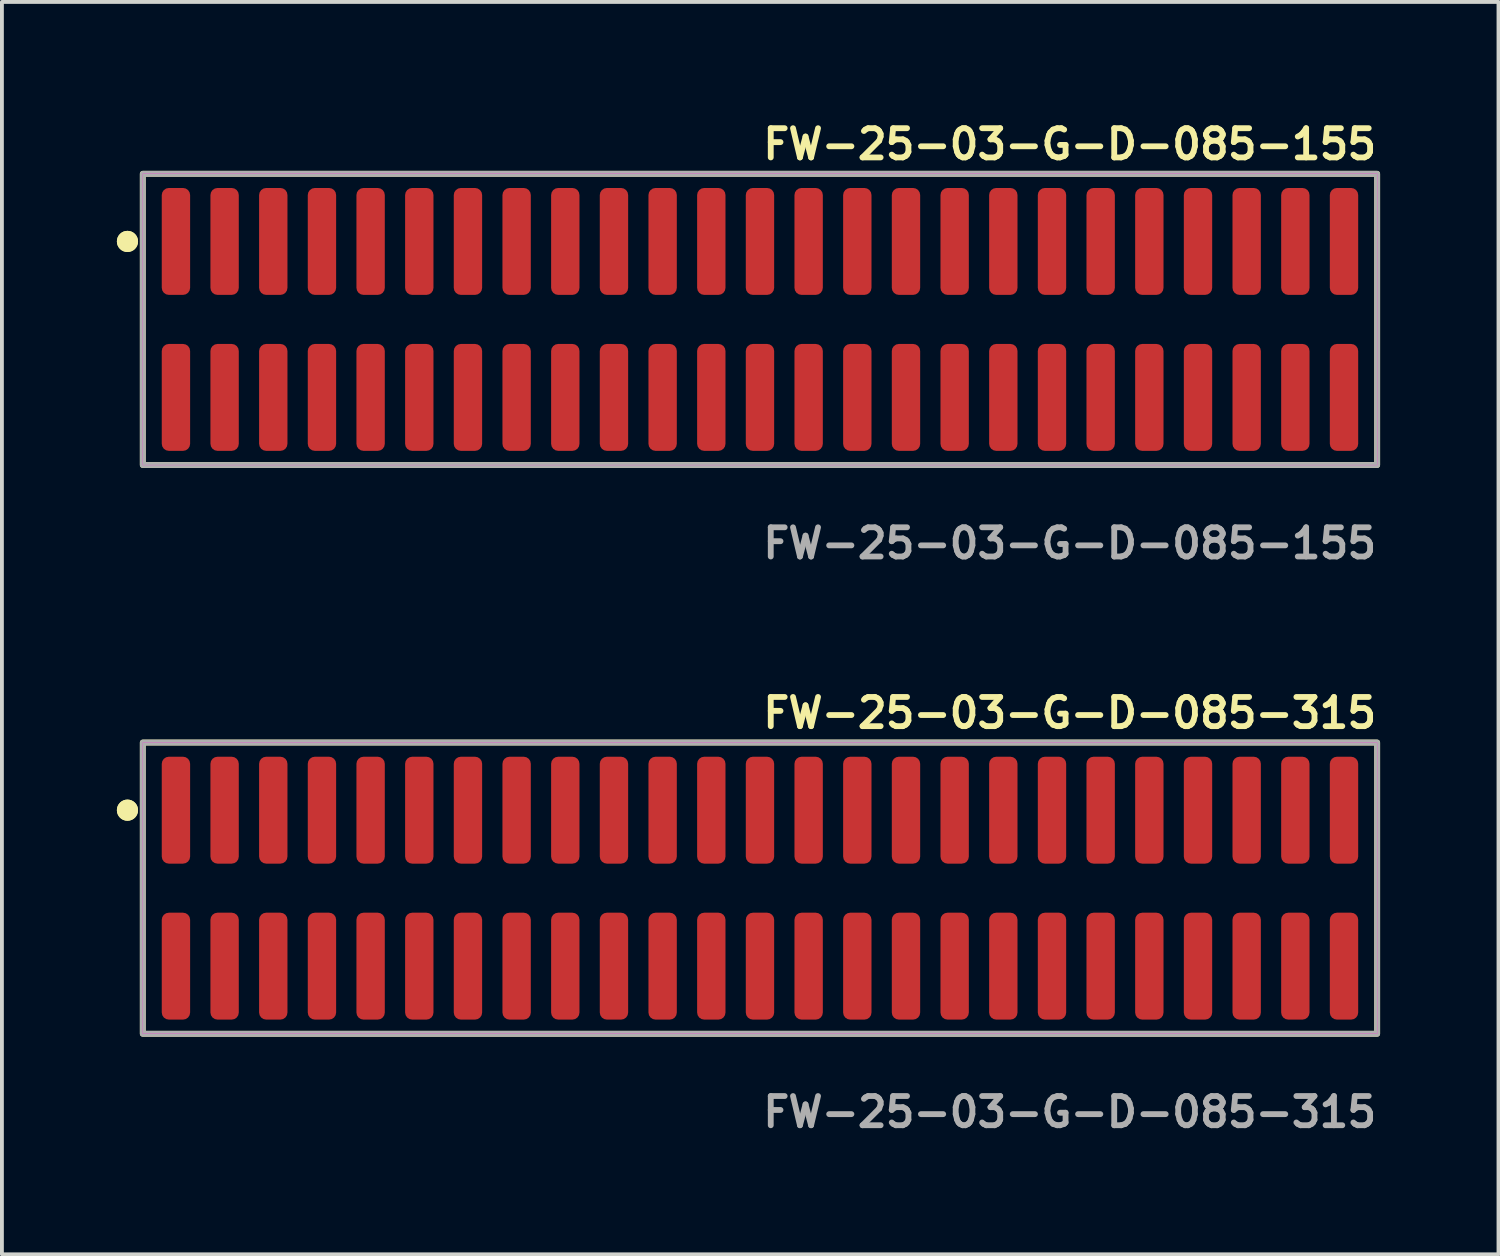
<source format=kicad_pcb>
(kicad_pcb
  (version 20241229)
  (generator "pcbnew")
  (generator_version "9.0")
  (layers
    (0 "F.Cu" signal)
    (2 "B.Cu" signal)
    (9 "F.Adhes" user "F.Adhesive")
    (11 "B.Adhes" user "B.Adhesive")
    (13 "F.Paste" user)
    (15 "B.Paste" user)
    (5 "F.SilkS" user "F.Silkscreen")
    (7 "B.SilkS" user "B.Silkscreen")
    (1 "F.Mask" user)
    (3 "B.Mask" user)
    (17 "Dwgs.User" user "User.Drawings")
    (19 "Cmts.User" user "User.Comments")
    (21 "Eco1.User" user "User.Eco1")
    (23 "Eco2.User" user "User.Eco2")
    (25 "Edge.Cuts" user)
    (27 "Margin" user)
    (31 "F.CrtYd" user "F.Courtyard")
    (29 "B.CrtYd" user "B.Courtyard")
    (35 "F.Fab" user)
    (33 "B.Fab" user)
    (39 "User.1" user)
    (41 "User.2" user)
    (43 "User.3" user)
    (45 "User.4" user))
  (footprint "FW-25-03-G-D-085-155"
    (layer "F.Cu")
    (at 16.781 5.285)
    (property "Reference" "FW-25-03-G-D-085-155" (at 0 -4.572 0) (unlocked yes) (layer "F.SilkS") (effects (font (size 0.762 0.762) (thickness 0.152)) (justify left)))
    (fp_rect (start -16.105 3.8) (end 16.105 -3.8) (stroke (width 0.152) (type solid)) (fill no) (layer "F.SilkS"))
    (fp_circle (center -16.505 -2.035) (end -16.705 -2.035) (stroke (width 0.152) (type solid)) (fill yes) (layer "F.SilkS"))
    (fp_circle (center -16.505 -2.035) (end -16.705 -2.035) (stroke (width 0.152) (type solid)) (fill yes) (layer "F.SilkS"))
    (fp_rect (start -16.105 3.8) (end 16.105 -3.8) (stroke (width 0.006) (type solid)) (fill no) (layer "F.CrtYd"))
    (fp_rect (start -16.105 3.8) (end 16.105 -3.8) (stroke (width 0.152) (type solid)) (fill no) (layer "F.Fab"))
    (fp_text user "${REFERENCE}" (at 0 5.842 0) (unlocked yes) (layer "F.Fab") (effects (font (size 0.762 0.762) (thickness 0.152)) (justify left)))
    (pad "1" smd roundrect (at -15.24 -2.035) (size 0.74 2.79) (layers "F.Cu" "F.Paste") (roundrect_rratio 0.25))
    (pad "2" smd roundrect (at -15.24 2.035) (size 0.74 2.79) (layers "F.Cu" "F.Paste") (roundrect_rratio 0.25))
    (pad "3" smd roundrect (at -13.97 -2.035) (size 0.74 2.79) (layers "F.Cu" "F.Paste") (roundrect_rratio 0.25))
    (pad "4" smd roundrect (at -13.97 2.035) (size 0.74 2.79) (layers "F.Cu" "F.Paste") (roundrect_rratio 0.25))
    (pad "5" smd roundrect (at -12.7 -2.035) (size 0.74 2.79) (layers "F.Cu" "F.Paste") (roundrect_rratio 0.25))
    (pad "6" smd roundrect (at -12.7 2.035) (size 0.74 2.79) (layers "F.Cu" "F.Paste") (roundrect_rratio 0.25))
    (pad "7" smd roundrect (at -11.43 -2.035) (size 0.74 2.79) (layers "F.Cu" "F.Paste") (roundrect_rratio 0.25))
    (pad "8" smd roundrect (at -11.43 2.035) (size 0.74 2.79) (layers "F.Cu" "F.Paste") (roundrect_rratio 0.25))
    (pad "9" smd roundrect (at -10.16 -2.035) (size 0.74 2.79) (layers "F.Cu" "F.Paste") (roundrect_rratio 0.25))
    (pad "10" smd roundrect (at -10.16 2.035) (size 0.74 2.79) (layers "F.Cu" "F.Paste") (roundrect_rratio 0.25))
    (pad "11" smd roundrect (at -8.89 -2.035) (size 0.74 2.79) (layers "F.Cu" "F.Paste") (roundrect_rratio 0.25))
    (pad "12" smd roundrect (at -8.89 2.035) (size 0.74 2.79) (layers "F.Cu" "F.Paste") (roundrect_rratio 0.25))
    (pad "13" smd roundrect (at -7.62 -2.035) (size 0.74 2.79) (layers "F.Cu" "F.Paste") (roundrect_rratio 0.25))
    (pad "14" smd roundrect (at -7.62 2.035) (size 0.74 2.79) (layers "F.Cu" "F.Paste") (roundrect_rratio 0.25))
    (pad "15" smd roundrect (at -6.35 -2.035) (size 0.74 2.79) (layers "F.Cu" "F.Paste") (roundrect_rratio 0.25))
    (pad "16" smd roundrect (at -6.35 2.035) (size 0.74 2.79) (layers "F.Cu" "F.Paste") (roundrect_rratio 0.25))
    (pad "17" smd roundrect (at -5.08 -2.035) (size 0.74 2.79) (layers "F.Cu" "F.Paste") (roundrect_rratio 0.25))
    (pad "18" smd roundrect (at -5.08 2.035) (size 0.74 2.79) (layers "F.Cu" "F.Paste") (roundrect_rratio 0.25))
    (pad "19" smd roundrect (at -3.81 -2.035) (size 0.74 2.79) (layers "F.Cu" "F.Paste") (roundrect_rratio 0.25))
    (pad "20" smd roundrect (at -3.81 2.035) (size 0.74 2.79) (layers "F.Cu" "F.Paste") (roundrect_rratio 0.25))
    (pad "21" smd roundrect (at -2.54 -2.035) (size 0.74 2.79) (layers "F.Cu" "F.Paste") (roundrect_rratio 0.25))
    (pad "22" smd roundrect (at -2.54 2.035) (size 0.74 2.79) (layers "F.Cu" "F.Paste") (roundrect_rratio 0.25))
    (pad "23" smd roundrect (at -1.27 -2.035) (size 0.74 2.79) (layers "F.Cu" "F.Paste") (roundrect_rratio 0.25))
    (pad "24" smd roundrect (at -1.27 2.035) (size 0.74 2.79) (layers "F.Cu" "F.Paste") (roundrect_rratio 0.25))
    (pad "25" smd roundrect (at 0 -2.035) (size 0.74 2.79) (layers "F.Cu" "F.Paste") (roundrect_rratio 0.25))
    (pad "26" smd roundrect (at 0 2.035) (size 0.74 2.79) (layers "F.Cu" "F.Paste") (roundrect_rratio 0.25))
    (pad "27" smd roundrect (at 1.27 -2.035) (size 0.74 2.79) (layers "F.Cu" "F.Paste") (roundrect_rratio 0.25))
    (pad "28" smd roundrect (at 1.27 2.035) (size 0.74 2.79) (layers "F.Cu" "F.Paste") (roundrect_rratio 0.25))
    (pad "29" smd roundrect (at 2.54 -2.035) (size 0.74 2.79) (layers "F.Cu" "F.Paste") (roundrect_rratio 0.25))
    (pad "30" smd roundrect (at 2.54 2.035) (size 0.74 2.79) (layers "F.Cu" "F.Paste") (roundrect_rratio 0.25))
    (pad "31" smd roundrect (at 3.81 -2.035) (size 0.74 2.79) (layers "F.Cu" "F.Paste") (roundrect_rratio 0.25))
    (pad "32" smd roundrect (at 3.81 2.035) (size 0.74 2.79) (layers "F.Cu" "F.Paste") (roundrect_rratio 0.25))
    (pad "33" smd roundrect (at 5.08 -2.035) (size 0.74 2.79) (layers "F.Cu" "F.Paste") (roundrect_rratio 0.25))
    (pad "34" smd roundrect (at 5.08 2.035) (size 0.74 2.79) (layers "F.Cu" "F.Paste") (roundrect_rratio 0.25))
    (pad "35" smd roundrect (at 6.35 -2.035) (size 0.74 2.79) (layers "F.Cu" "F.Paste") (roundrect_rratio 0.25))
    (pad "36" smd roundrect (at 6.35 2.035) (size 0.74 2.79) (layers "F.Cu" "F.Paste") (roundrect_rratio 0.25))
    (pad "37" smd roundrect (at 7.62 -2.035) (size 0.74 2.79) (layers "F.Cu" "F.Paste") (roundrect_rratio 0.25))
    (pad "38" smd roundrect (at 7.62 2.035) (size 0.74 2.79) (layers "F.Cu" "F.Paste") (roundrect_rratio 0.25))
    (pad "39" smd roundrect (at 8.89 -2.035) (size 0.74 2.79) (layers "F.Cu" "F.Paste") (roundrect_rratio 0.25))
    (pad "40" smd roundrect (at 8.89 2.035) (size 0.74 2.79) (layers "F.Cu" "F.Paste") (roundrect_rratio 0.25))
    (pad "41" smd roundrect (at 10.16 -2.035) (size 0.74 2.79) (layers "F.Cu" "F.Paste") (roundrect_rratio 0.25))
    (pad "42" smd roundrect (at 10.16 2.035) (size 0.74 2.79) (layers "F.Cu" "F.Paste") (roundrect_rratio 0.25))
    (pad "43" smd roundrect (at 11.43 -2.035) (size 0.74 2.79) (layers "F.Cu" "F.Paste") (roundrect_rratio 0.25))
    (pad "44" smd roundrect (at 11.43 2.035) (size 0.74 2.79) (layers "F.Cu" "F.Paste") (roundrect_rratio 0.25))
    (pad "45" smd roundrect (at 12.7 -2.035) (size 0.74 2.79) (layers "F.Cu" "F.Paste") (roundrect_rratio 0.25))
    (pad "46" smd roundrect (at 12.7 2.035) (size 0.74 2.79) (layers "F.Cu" "F.Paste") (roundrect_rratio 0.25))
    (pad "47" smd roundrect (at 13.97 -2.035) (size 0.74 2.79) (layers "F.Cu" "F.Paste") (roundrect_rratio 0.25))
    (pad "48" smd roundrect (at 13.97 2.035) (size 0.74 2.79) (layers "F.Cu" "F.Paste") (roundrect_rratio 0.25))
    (pad "49" smd roundrect (at 15.24 -2.035) (size 0.74 2.79) (layers "F.Cu" "F.Paste") (roundrect_rratio 0.25))
    (pad "50" smd roundrect (at 15.24 2.035) (size 0.74 2.79) (layers "F.Cu" "F.Paste") (roundrect_rratio 0.25)))
  (footprint "FW-25-03-G-D-085-315"
    (layer "F.Cu")
    (at 16.781 20.126)
    (property "Reference" "FW-25-03-G-D-085-315" (at 0 -4.572 0) (unlocked yes) (layer "F.SilkS") (effects (font (size 0.762 0.762) (thickness 0.152)) (justify left)))
    (fp_rect (start -16.105 3.8) (end 16.105 -3.8) (stroke (width 0.152) (type solid)) (fill no) (layer "F.SilkS"))
    (fp_circle (center -16.505 -2.035) (end -16.705 -2.035) (stroke (width 0.152) (type solid)) (fill yes) (layer "F.SilkS"))
    (fp_circle (center -16.505 -2.035) (end -16.705 -2.035) (stroke (width 0.152) (type solid)) (fill yes) (layer "F.SilkS"))
    (fp_rect (start -16.105 3.8) (end 16.105 -3.8) (stroke (width 0.006) (type solid)) (fill no) (layer "F.CrtYd"))
    (fp_rect (start -16.105 3.8) (end 16.105 -3.8) (stroke (width 0.152) (type solid)) (fill no) (layer "F.Fab"))
    (fp_text user "${REFERENCE}" (at 0 5.842 0) (unlocked yes) (layer "F.Fab") (effects (font (size 0.762 0.762) (thickness 0.152)) (justify left)))
    (pad "1" smd roundrect (at -15.24 -2.035) (size 0.74 2.79) (layers "F.Cu" "F.Paste") (roundrect_rratio 0.25))
    (pad "2" smd roundrect (at -15.24 2.035) (size 0.74 2.79) (layers "F.Cu" "F.Paste") (roundrect_rratio 0.25))
    (pad "3" smd roundrect (at -13.97 -2.035) (size 0.74 2.79) (layers "F.Cu" "F.Paste") (roundrect_rratio 0.25))
    (pad "4" smd roundrect (at -13.97 2.035) (size 0.74 2.79) (layers "F.Cu" "F.Paste") (roundrect_rratio 0.25))
    (pad "5" smd roundrect (at -12.7 -2.035) (size 0.74 2.79) (layers "F.Cu" "F.Paste") (roundrect_rratio 0.25))
    (pad "6" smd roundrect (at -12.7 2.035) (size 0.74 2.79) (layers "F.Cu" "F.Paste") (roundrect_rratio 0.25))
    (pad "7" smd roundrect (at -11.43 -2.035) (size 0.74 2.79) (layers "F.Cu" "F.Paste") (roundrect_rratio 0.25))
    (pad "8" smd roundrect (at -11.43 2.035) (size 0.74 2.79) (layers "F.Cu" "F.Paste") (roundrect_rratio 0.25))
    (pad "9" smd roundrect (at -10.16 -2.035) (size 0.74 2.79) (layers "F.Cu" "F.Paste") (roundrect_rratio 0.25))
    (pad "10" smd roundrect (at -10.16 2.035) (size 0.74 2.79) (layers "F.Cu" "F.Paste") (roundrect_rratio 0.25))
    (pad "11" smd roundrect (at -8.89 -2.035) (size 0.74 2.79) (layers "F.Cu" "F.Paste") (roundrect_rratio 0.25))
    (pad "12" smd roundrect (at -8.89 2.035) (size 0.74 2.79) (layers "F.Cu" "F.Paste") (roundrect_rratio 0.25))
    (pad "13" smd roundrect (at -7.62 -2.035) (size 0.74 2.79) (layers "F.Cu" "F.Paste") (roundrect_rratio 0.25))
    (pad "14" smd roundrect (at -7.62 2.035) (size 0.74 2.79) (layers "F.Cu" "F.Paste") (roundrect_rratio 0.25))
    (pad "15" smd roundrect (at -6.35 -2.035) (size 0.74 2.79) (layers "F.Cu" "F.Paste") (roundrect_rratio 0.25))
    (pad "16" smd roundrect (at -6.35 2.035) (size 0.74 2.79) (layers "F.Cu" "F.Paste") (roundrect_rratio 0.25))
    (pad "17" smd roundrect (at -5.08 -2.035) (size 0.74 2.79) (layers "F.Cu" "F.Paste") (roundrect_rratio 0.25))
    (pad "18" smd roundrect (at -5.08 2.035) (size 0.74 2.79) (layers "F.Cu" "F.Paste") (roundrect_rratio 0.25))
    (pad "19" smd roundrect (at -3.81 -2.035) (size 0.74 2.79) (layers "F.Cu" "F.Paste") (roundrect_rratio 0.25))
    (pad "20" smd roundrect (at -3.81 2.035) (size 0.74 2.79) (layers "F.Cu" "F.Paste") (roundrect_rratio 0.25))
    (pad "21" smd roundrect (at -2.54 -2.035) (size 0.74 2.79) (layers "F.Cu" "F.Paste") (roundrect_rratio 0.25))
    (pad "22" smd roundrect (at -2.54 2.035) (size 0.74 2.79) (layers "F.Cu" "F.Paste") (roundrect_rratio 0.25))
    (pad "23" smd roundrect (at -1.27 -2.035) (size 0.74 2.79) (layers "F.Cu" "F.Paste") (roundrect_rratio 0.25))
    (pad "24" smd roundrect (at -1.27 2.035) (size 0.74 2.79) (layers "F.Cu" "F.Paste") (roundrect_rratio 0.25))
    (pad "25" smd roundrect (at 0 -2.035) (size 0.74 2.79) (layers "F.Cu" "F.Paste") (roundrect_rratio 0.25))
    (pad "26" smd roundrect (at 0 2.035) (size 0.74 2.79) (layers "F.Cu" "F.Paste") (roundrect_rratio 0.25))
    (pad "27" smd roundrect (at 1.27 -2.035) (size 0.74 2.79) (layers "F.Cu" "F.Paste") (roundrect_rratio 0.25))
    (pad "28" smd roundrect (at 1.27 2.035) (size 0.74 2.79) (layers "F.Cu" "F.Paste") (roundrect_rratio 0.25))
    (pad "29" smd roundrect (at 2.54 -2.035) (size 0.74 2.79) (layers "F.Cu" "F.Paste") (roundrect_rratio 0.25))
    (pad "30" smd roundrect (at 2.54 2.035) (size 0.74 2.79) (layers "F.Cu" "F.Paste") (roundrect_rratio 0.25))
    (pad "31" smd roundrect (at 3.81 -2.035) (size 0.74 2.79) (layers "F.Cu" "F.Paste") (roundrect_rratio 0.25))
    (pad "32" smd roundrect (at 3.81 2.035) (size 0.74 2.79) (layers "F.Cu" "F.Paste") (roundrect_rratio 0.25))
    (pad "33" smd roundrect (at 5.08 -2.035) (size 0.74 2.79) (layers "F.Cu" "F.Paste") (roundrect_rratio 0.25))
    (pad "34" smd roundrect (at 5.08 2.035) (size 0.74 2.79) (layers "F.Cu" "F.Paste") (roundrect_rratio 0.25))
    (pad "35" smd roundrect (at 6.35 -2.035) (size 0.74 2.79) (layers "F.Cu" "F.Paste") (roundrect_rratio 0.25))
    (pad "36" smd roundrect (at 6.35 2.035) (size 0.74 2.79) (layers "F.Cu" "F.Paste") (roundrect_rratio 0.25))
    (pad "37" smd roundrect (at 7.62 -2.035) (size 0.74 2.79) (layers "F.Cu" "F.Paste") (roundrect_rratio 0.25))
    (pad "38" smd roundrect (at 7.62 2.035) (size 0.74 2.79) (layers "F.Cu" "F.Paste") (roundrect_rratio 0.25))
    (pad "39" smd roundrect (at 8.89 -2.035) (size 0.74 2.79) (layers "F.Cu" "F.Paste") (roundrect_rratio 0.25))
    (pad "40" smd roundrect (at 8.89 2.035) (size 0.74 2.79) (layers "F.Cu" "F.Paste") (roundrect_rratio 0.25))
    (pad "41" smd roundrect (at 10.16 -2.035) (size 0.74 2.79) (layers "F.Cu" "F.Paste") (roundrect_rratio 0.25))
    (pad "42" smd roundrect (at 10.16 2.035) (size 0.74 2.79) (layers "F.Cu" "F.Paste") (roundrect_rratio 0.25))
    (pad "43" smd roundrect (at 11.43 -2.035) (size 0.74 2.79) (layers "F.Cu" "F.Paste") (roundrect_rratio 0.25))
    (pad "44" smd roundrect (at 11.43 2.035) (size 0.74 2.79) (layers "F.Cu" "F.Paste") (roundrect_rratio 0.25))
    (pad "45" smd roundrect (at 12.7 -2.035) (size 0.74 2.79) (layers "F.Cu" "F.Paste") (roundrect_rratio 0.25))
    (pad "46" smd roundrect (at 12.7 2.035) (size 0.74 2.79) (layers "F.Cu" "F.Paste") (roundrect_rratio 0.25))
    (pad "47" smd roundrect (at 13.97 -2.035) (size 0.74 2.79) (layers "F.Cu" "F.Paste") (roundrect_rratio 0.25))
    (pad "48" smd roundrect (at 13.97 2.035) (size 0.74 2.79) (layers "F.Cu" "F.Paste") (roundrect_rratio 0.25))
    (pad "49" smd roundrect (at 15.24 -2.035) (size 0.74 2.79) (layers "F.Cu" "F.Paste") (roundrect_rratio 0.25))
    (pad "50" smd roundrect (at 15.24 2.035) (size 0.74 2.79) (layers "F.Cu" "F.Paste") (roundrect_rratio 0.25)))
  (gr_rect
    (start -3 -3)
    (end 36.052 29.681)
    (stroke (width 0.1) (type default))
    (fill no)
    (layer "Edge.Cuts")))
</source>
